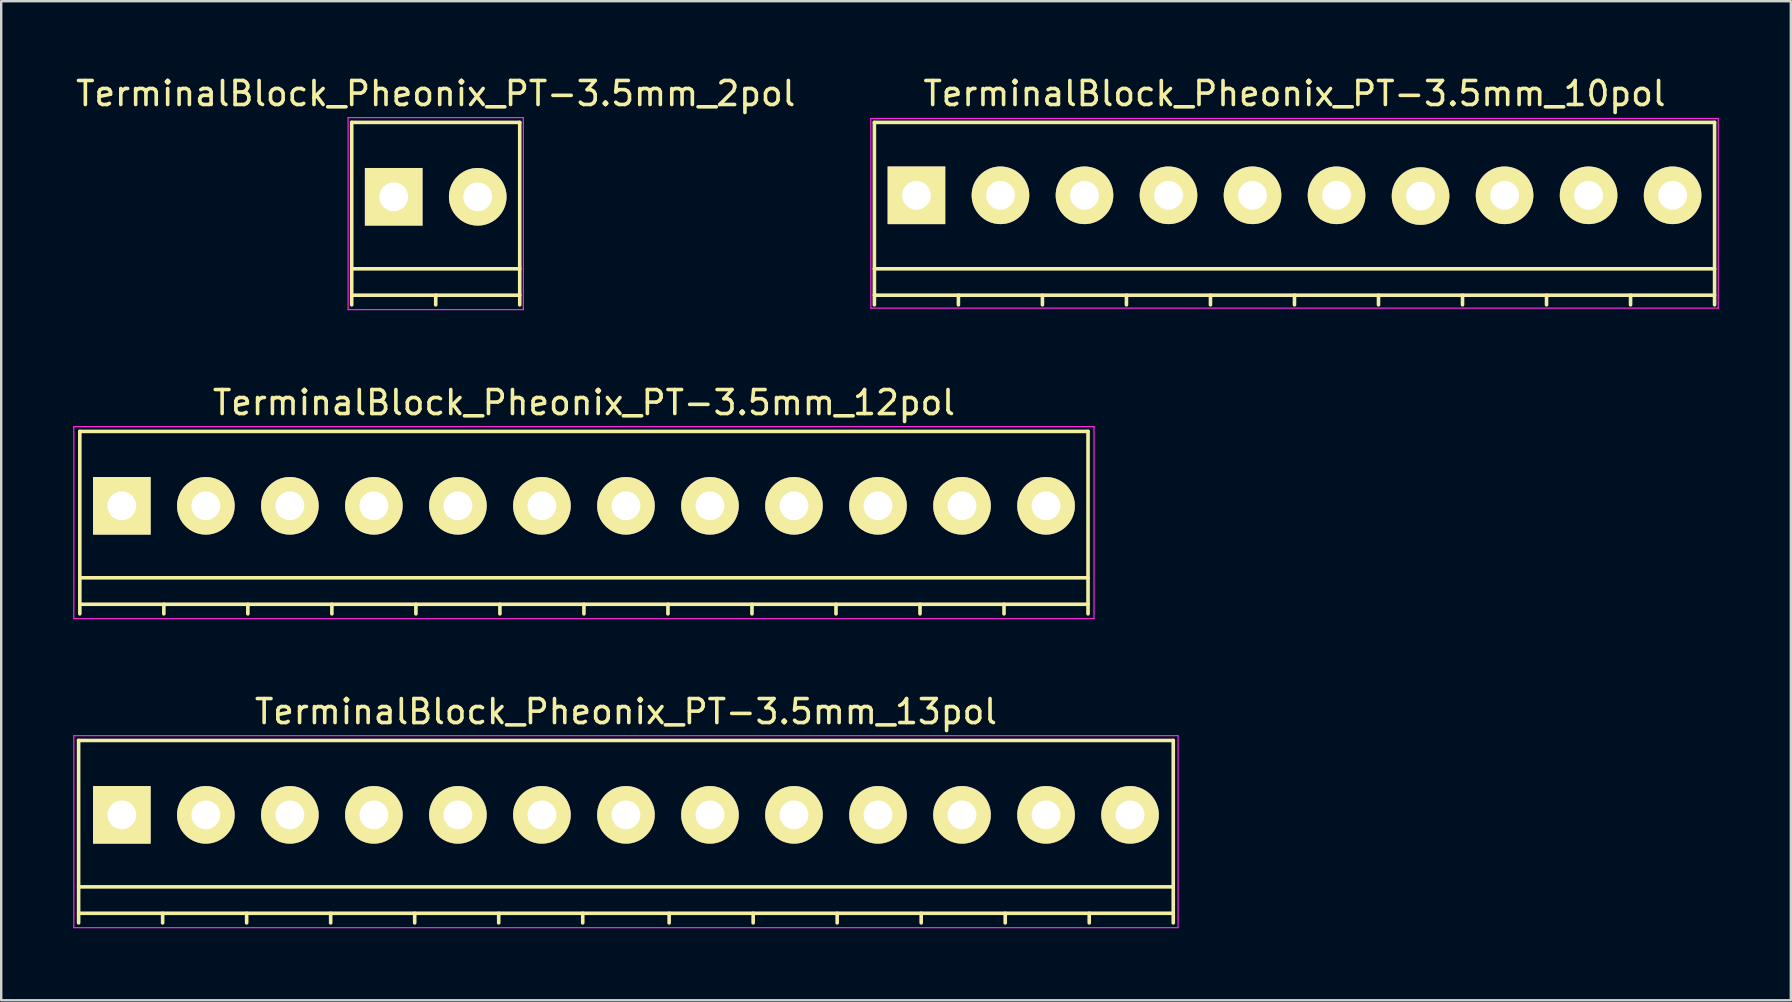
<source format=kicad_pcb>
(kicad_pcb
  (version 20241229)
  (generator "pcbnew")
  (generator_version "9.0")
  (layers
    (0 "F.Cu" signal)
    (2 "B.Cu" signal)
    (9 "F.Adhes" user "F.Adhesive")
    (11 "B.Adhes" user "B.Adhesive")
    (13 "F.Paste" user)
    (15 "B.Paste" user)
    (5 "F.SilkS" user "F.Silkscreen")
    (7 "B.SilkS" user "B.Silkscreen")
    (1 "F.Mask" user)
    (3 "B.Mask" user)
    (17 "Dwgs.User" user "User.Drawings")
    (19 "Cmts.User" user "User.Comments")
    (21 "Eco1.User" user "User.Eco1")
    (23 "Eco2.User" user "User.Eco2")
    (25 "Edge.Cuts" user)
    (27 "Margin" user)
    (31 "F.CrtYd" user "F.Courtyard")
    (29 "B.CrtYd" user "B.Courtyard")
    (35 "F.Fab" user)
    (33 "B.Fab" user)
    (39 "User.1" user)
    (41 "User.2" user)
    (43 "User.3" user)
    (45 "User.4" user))
  (footprint "TerminalBlock_Pheonix_PT-3.5mm_2pol"
    (layer "F.Cu")
    (at 13.351 5.148)
    (property "Reference" "TerminalBlock_Pheonix_PT-3.5mm_2pol" (at 1.75 -4.3 0) (layer "F.SilkS") (effects (font (size 1 1) (thickness 0.15))))
    (attr through_hole)
    (fp_line (start -1.75 -3.1) (end -1.75 4.5) (stroke (width 0.15) (type solid)) (layer "F.SilkS"))
    (fp_line (start -1.75 3) (end 5.25 3) (stroke (width 0.15) (type solid)) (layer "F.SilkS"))
    (fp_line (start -1.75 4.1) (end 5.25 4.1) (stroke (width 0.15) (type solid)) (layer "F.SilkS"))
    (fp_line (start 1.75 4.1) (end 1.75 4.5) (stroke (width 0.15) (type solid)) (layer "F.SilkS"))
    (fp_line (start 5.25 -3.1) (end -1.75 -3.1) (stroke (width 0.15) (type solid)) (layer "F.SilkS"))
    (fp_line (start 5.25 4.5) (end 5.25 -3.1) (stroke (width 0.15) (type solid)) (layer "F.SilkS"))
    (fp_line (start -1.9 -3.3) (end 5.4 -3.3) (stroke (width 0.05) (type solid)) (layer "F.CrtYd"))
    (fp_line (start -1.9 4.7) (end -1.9 -3.3) (stroke (width 0.05) (type solid)) (layer "F.CrtYd"))
    (fp_line (start 5.4 -3.3) (end 5.4 4.7) (stroke (width 0.05) (type solid)) (layer "F.CrtYd"))
    (fp_line (start 5.4 4.7) (end -1.9 4.7) (stroke (width 0.05) (type solid)) (layer "F.CrtYd"))
    (pad "1" thru_hole rect (at 0 0) (size 2.4 2.4) (drill 1.2) (layers "*.Cu" "*.Mask" "F.SilkS"))
    (pad "2" thru_hole circle (at 3.5 0) (size 2.4 2.4) (drill 1.2) (layers "*.Cu" "*.Mask" "F.SilkS")))
  (footprint "TerminalBlock_Pheonix_PT-3.5mm_13pol"
    (layer "F.Cu")
    (at 2.025 30.895)
    (property "Reference" "TerminalBlock_Pheonix_PT-3.5mm_13pol" (at 21 -4.3 0) (layer "F.SilkS") (effects (font (size 1 1) (thickness 0.15))))
    (attr through_hole)
    (fp_line (start -1.8 -3.1) (end -1.8 4.5) (stroke (width 0.15) (type solid)) (layer "F.SilkS"))
    (fp_line (start -1.8 3) (end 43.8 3) (stroke (width 0.15) (type solid)) (layer "F.SilkS"))
    (fp_line (start -1.8 4.1) (end 43.8 4.1) (stroke (width 0.15) (type solid)) (layer "F.SilkS"))
    (fp_line (start 1.7 4.1) (end 1.7 4.5) (stroke (width 0.15) (type solid)) (layer "F.SilkS"))
    (fp_line (start 5.2 4.1) (end 5.2 4.5) (stroke (width 0.15) (type solid)) (layer "F.SilkS"))
    (fp_line (start 8.7 4.1) (end 8.7 4.5) (stroke (width 0.15) (type solid)) (layer "F.SilkS"))
    (fp_line (start 12.2 4.1) (end 12.2 4.5) (stroke (width 0.15) (type solid)) (layer "F.SilkS"))
    (fp_line (start 15.7 4.1) (end 15.7 4.5) (stroke (width 0.15) (type solid)) (layer "F.SilkS"))
    (fp_line (start 19.2 4.1) (end 19.2 4.5) (stroke (width 0.15) (type solid)) (layer "F.SilkS"))
    (fp_line (start 22.8 4.1) (end 22.8 4.5) (stroke (width 0.15) (type solid)) (layer "F.SilkS"))
    (fp_line (start 26.3 4.1) (end 26.3 4.5) (stroke (width 0.15) (type solid)) (layer "F.SilkS"))
    (fp_line (start 29.8 4.1) (end 29.8 4.5) (stroke (width 0.15) (type solid)) (layer "F.SilkS"))
    (fp_line (start 33.3 4.1) (end 33.3 4.5) (stroke (width 0.15) (type solid)) (layer "F.SilkS"))
    (fp_line (start 36.8 4.1) (end 36.8 4.5) (stroke (width 0.15) (type solid)) (layer "F.SilkS"))
    (fp_line (start 40.3 4.1) (end 40.3 4.5) (stroke (width 0.15) (type solid)) (layer "F.SilkS"))
    (fp_line (start 43.8 -3.1) (end -1.8 -3.1) (stroke (width 0.15) (type solid)) (layer "F.SilkS"))
    (fp_line (start 43.8 4.5) (end 43.8 -3.1) (stroke (width 0.15) (type solid)) (layer "F.SilkS"))
    (fp_line (start -2 -3.3) (end 44 -3.3) (stroke (width 0.05) (type solid)) (layer "F.CrtYd"))
    (fp_line (start -2 4.7) (end -2 -3.3) (stroke (width 0.05) (type solid)) (layer "F.CrtYd"))
    (fp_line (start 44 -3.3) (end 44 4.7) (stroke (width 0.05) (type solid)) (layer "F.CrtYd"))
    (fp_line (start 44 4.7) (end -2 4.7) (stroke (width 0.05) (type solid)) (layer "F.CrtYd"))
    (pad "1" thru_hole rect (at 0 0 180) (size 2.4 2.4) (drill 1.2) (layers "*.Cu" "*.Mask" "F.SilkS"))
    (pad "2" thru_hole circle (at 3.5 0 180) (size 2.4 2.4) (drill 1.2) (layers "*.Cu" "*.Mask" "F.SilkS"))
    (pad "3" thru_hole circle (at 7 0 180) (size 2.4 2.4) (drill 1.2) (layers "*.Cu" "*.Mask" "F.SilkS"))
    (pad "4" thru_hole circle (at 10.5 0 180) (size 2.4 2.4) (drill 1.2) (layers "*.Cu" "*.Mask" "F.SilkS"))
    (pad "5" thru_hole circle (at 14 0 180) (size 2.4 2.4) (drill 1.2) (layers "*.Cu" "*.Mask" "F.SilkS"))
    (pad "6" thru_hole circle (at 17.5 0 180) (size 2.4 2.4) (drill 1.2) (layers "*.Cu" "*.Mask" "F.SilkS"))
    (pad "7" thru_hole circle (at 21 0 180) (size 2.4 2.4) (drill 1.2) (layers "*.Cu" "*.Mask" "F.SilkS"))
    (pad "8" thru_hole circle (at 24.5 0 180) (size 2.4 2.4) (drill 1.2) (layers "*.Cu" "*.Mask" "F.SilkS"))
    (pad "9" thru_hole circle (at 28 0 180) (size 2.4 2.4) (drill 1.2) (layers "*.Cu" "*.Mask" "F.SilkS"))
    (pad "10" thru_hole circle (at 31.5 0 180) (size 2.4 2.4) (drill 1.2) (layers "*.Cu" "*.Mask" "F.SilkS"))
    (pad "11" thru_hole circle (at 35 0 180) (size 2.4 2.4) (drill 1.2) (layers "*.Cu" "*.Mask" "F.SilkS"))
    (pad "12" thru_hole circle (at 38.5 0 180) (size 2.4 2.4) (drill 1.2) (layers "*.Cu" "*.Mask" "F.SilkS"))
    (pad "13" thru_hole circle (at 42 0 180) (size 2.4 2.4) (drill 1.2) (layers "*.Cu" "*.Mask" "F.SilkS")))
  (footprint "TerminalBlock_Pheonix_PT-3.5mm_10pol"
    (layer "F.Cu")
    (at 35.127 5.086)
    (property "Reference" "TerminalBlock_Pheonix_PT-3.5mm_10pol" (at 15.748 -4.238 0) (layer "F.SilkS") (effects (font (size 1 1) (thickness 0.15))))
    (attr through_hole)
    (fp_line (start -1.752 -3.038) (end -1.752 4.562) (stroke (width 0.15) (type solid)) (layer "F.SilkS"))
    (fp_line (start -1.752 3.062) (end 33.248 3.062) (stroke (width 0.15) (type solid)) (layer "F.SilkS"))
    (fp_line (start -1.752 4.162) (end 33.248 4.162) (stroke (width 0.15) (type solid)) (layer "F.SilkS"))
    (fp_line (start 1.748 4.162) (end 1.748 4.562) (stroke (width 0.15) (type solid)) (layer "F.SilkS"))
    (fp_line (start 5.248 4.162) (end 5.248 4.562) (stroke (width 0.15) (type solid)) (layer "F.SilkS"))
    (fp_line (start 8.748 4.162) (end 8.748 4.562) (stroke (width 0.15) (type solid)) (layer "F.SilkS"))
    (fp_line (start 12.248 4.162) (end 12.248 4.562) (stroke (width 0.15) (type solid)) (layer "F.SilkS"))
    (fp_line (start 15.748 4.162) (end 15.748 4.562) (stroke (width 0.15) (type solid)) (layer "F.SilkS"))
    (fp_line (start 19.248 4.162) (end 19.248 4.562) (stroke (width 0.15) (type solid)) (layer "F.SilkS"))
    (fp_line (start 22.748 4.162) (end 22.748 4.562) (stroke (width 0.15) (type solid)) (layer "F.SilkS"))
    (fp_line (start 26.248 4.162) (end 26.248 4.562) (stroke (width 0.15) (type solid)) (layer "F.SilkS"))
    (fp_line (start 29.748 4.162) (end 29.748 4.562) (stroke (width 0.15) (type solid)) (layer "F.SilkS"))
    (fp_line (start 33.248 -3.038) (end -1.752 -3.038) (stroke (width 0.15) (type solid)) (layer "F.SilkS"))
    (fp_line (start 33.248 4.562) (end 33.248 -3.038) (stroke (width 0.15) (type solid)) (layer "F.SilkS"))
    (fp_line (start -1.9 -3.2) (end 33.4 -3.2) (stroke (width 0.05) (type solid)) (layer "F.CrtYd"))
    (fp_line (start -1.9 4.7) (end -1.9 -3.2) (stroke (width 0.05) (type solid)) (layer "F.CrtYd"))
    (fp_line (start 33.4 -3.2) (end 33.4 4.7) (stroke (width 0.05) (type solid)) (layer "F.CrtYd"))
    (fp_line (start 33.4 4.7) (end -1.9 4.7) (stroke (width 0.05) (type solid)) (layer "F.CrtYd"))
    (pad "1" thru_hole rect (at 0 0 180) (size 2.4 2.4) (drill 1.2) (layers "*.Cu" "*.Mask" "F.SilkS"))
    (pad "2" thru_hole circle (at 3.5 0 180) (size 2.4 2.4) (drill 1.2) (layers "*.Cu" "*.Mask" "F.SilkS"))
    (pad "3" thru_hole circle (at 7 0 180) (size 2.4 2.4) (drill 1.2) (layers "*.Cu" "*.Mask" "F.SilkS"))
    (pad "4" thru_hole circle (at 10.5 0 180) (size 2.4 2.4) (drill 1.2) (layers "*.Cu" "*.Mask" "F.SilkS"))
    (pad "5" thru_hole circle (at 14 0 180) (size 2.4 2.4) (drill 1.2) (layers "*.Cu" "*.Mask" "F.SilkS"))
    (pad "6" thru_hole circle (at 17.5 0 180) (size 2.4 2.4) (drill 1.2) (layers "*.Cu" "*.Mask" "F.SilkS"))
    (pad "7" thru_hole circle (at 21 0.032 180) (size 2.4 2.4) (drill 1.2) (layers "*.Cu" "*.Mask" "F.SilkS"))
    (pad "8" thru_hole circle (at 24.5 0 180) (size 2.4 2.4) (drill 1.2) (layers "*.Cu" "*.Mask" "F.SilkS"))
    (pad "9" thru_hole circle (at 28 0 180) (size 2.4 2.4) (drill 1.2) (layers "*.Cu" "*.Mask" "F.SilkS"))
    (pad "10" thru_hole circle (at 31.5 0 180) (size 2.4 2.4) (drill 1.2) (layers "*.Cu" "*.Mask" "F.SilkS")))
  (footprint "TerminalBlock_Pheonix_PT-3.5mm_12pol"
    (layer "F.Cu")
    (at 2.025 18.021)
    (property "Reference" "TerminalBlock_Pheonix_PT-3.5mm_12pol" (at 19.25 -4.3 0) (layer "F.SilkS") (effects (font (size 1 1) (thickness 0.15))))
    (attr through_hole)
    (fp_line (start -1.75 -3.1) (end -1.75 4.5) (stroke (width 0.15) (type solid)) (layer "F.SilkS"))
    (fp_line (start -1.75 3) (end 40.25 3) (stroke (width 0.15) (type solid)) (layer "F.SilkS"))
    (fp_line (start -1.75 4.1) (end 40.25 4.1) (stroke (width 0.15) (type solid)) (layer "F.SilkS"))
    (fp_line (start 1.75 4.1) (end 1.75 4.5) (stroke (width 0.15) (type solid)) (layer "F.SilkS"))
    (fp_line (start 5.25 4.1) (end 5.25 4.5) (stroke (width 0.15) (type solid)) (layer "F.SilkS"))
    (fp_line (start 8.75 4.1) (end 8.75 4.5) (stroke (width 0.15) (type solid)) (layer "F.SilkS"))
    (fp_line (start 12.25 4.1) (end 12.25 4.5) (stroke (width 0.15) (type solid)) (layer "F.SilkS"))
    (fp_line (start 15.75 4.1) (end 15.75 4.5) (stroke (width 0.15) (type solid)) (layer "F.SilkS"))
    (fp_line (start 19.25 4.1) (end 19.25 4.5) (stroke (width 0.15) (type solid)) (layer "F.SilkS"))
    (fp_line (start 22.75 4.1) (end 22.75 4.5) (stroke (width 0.15) (type solid)) (layer "F.SilkS"))
    (fp_line (start 26.25 4.1) (end 26.25 4.5) (stroke (width 0.15) (type solid)) (layer "F.SilkS"))
    (fp_line (start 29.75 4.1) (end 29.75 4.5) (stroke (width 0.15) (type solid)) (layer "F.SilkS"))
    (fp_line (start 33.25 4.1) (end 33.25 4.5) (stroke (width 0.15) (type solid)) (layer "F.SilkS"))
    (fp_line (start 36.75 4.1) (end 36.75 4.5) (stroke (width 0.15) (type solid)) (layer "F.SilkS"))
    (fp_line (start 40.25 -3.1) (end -1.75 -3.1) (stroke (width 0.15) (type solid)) (layer "F.SilkS"))
    (fp_line (start 40.25 4.5) (end 40.25 -3.1) (stroke (width 0.15) (type solid)) (layer "F.SilkS"))
    (fp_line (start -2 -3.3) (end -1.9 -3.3) (stroke (width 0.05) (type solid)) (layer "F.CrtYd"))
    (fp_line (start -2 4.7) (end -2 -3.3) (stroke (width 0.05) (type solid)) (layer "F.CrtYd"))
    (fp_line (start -1.9 -3.3) (end 40.4 -3.3) (stroke (width 0.05) (type solid)) (layer "F.CrtYd"))
    (fp_line (start 40.4 -3.3) (end 40.5 -3.3) (stroke (width 0.05) (type solid)) (layer "F.CrtYd"))
    (fp_line (start 40.5 -3.3) (end 40.5 4.7) (stroke (width 0.05) (type solid)) (layer "F.CrtYd"))
    (fp_line (start 40.5 4.7) (end -2 4.7) (stroke (width 0.05) (type solid)) (layer "F.CrtYd"))
    (pad "1" thru_hole rect (at 0 0 180) (size 2.4 2.4) (drill 1.2) (layers "*.Cu" "*.Mask" "F.SilkS"))
    (pad "2" thru_hole circle (at 3.5 0 180) (size 2.4 2.4) (drill 1.2) (layers "*.Cu" "*.Mask" "F.SilkS"))
    (pad "3" thru_hole circle (at 7 0 180) (size 2.4 2.4) (drill 1.2) (layers "*.Cu" "*.Mask" "F.SilkS"))
    (pad "4" thru_hole circle (at 10.5 0 180) (size 2.4 2.4) (drill 1.2) (layers "*.Cu" "*.Mask" "F.SilkS"))
    (pad "5" thru_hole circle (at 14 0 180) (size 2.4 2.4) (drill 1.2) (layers "*.Cu" "*.Mask" "F.SilkS"))
    (pad "6" thru_hole circle (at 17.5 0 180) (size 2.4 2.4) (drill 1.2) (layers "*.Cu" "*.Mask" "F.SilkS"))
    (pad "7" thru_hole circle (at 21 0 180) (size 2.4 2.4) (drill 1.2) (layers "*.Cu" "*.Mask" "F.SilkS"))
    (pad "8" thru_hole circle (at 24.5 0 180) (size 2.4 2.4) (drill 1.2) (layers "*.Cu" "*.Mask" "F.SilkS"))
    (pad "9" thru_hole circle (at 28 0 180) (size 2.4 2.4) (drill 1.2) (layers "*.Cu" "*.Mask" "F.SilkS"))
    (pad "10" thru_hole circle (at 31.5 0 180) (size 2.4 2.4) (drill 1.2) (layers "*.Cu" "*.Mask" "F.SilkS"))
    (pad "11" thru_hole circle (at 35 0 180) (size 2.4 2.4) (drill 1.2) (layers "*.Cu" "*.Mask" "F.SilkS"))
    (pad "12" thru_hole circle (at 38.5 0 180) (size 2.4 2.4) (drill 1.2) (layers "*.Cu" "*.Mask" "F.SilkS")))
  (gr_rect
    (start -3 -3)
    (end 71.552 38.62)
    (stroke (width 0.1) (type default))
    (fill no)
    (layer "Edge.Cuts")))
</source>
